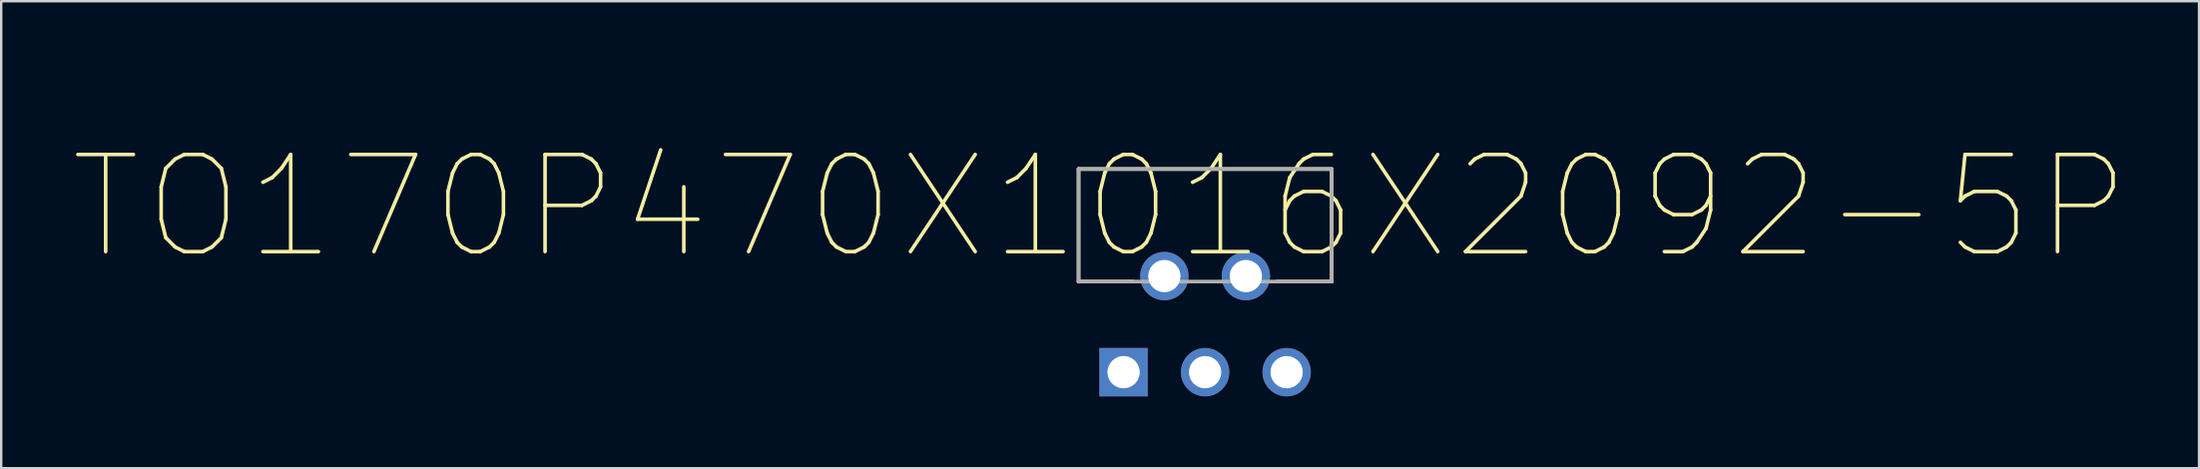
<source format=kicad_pcb>
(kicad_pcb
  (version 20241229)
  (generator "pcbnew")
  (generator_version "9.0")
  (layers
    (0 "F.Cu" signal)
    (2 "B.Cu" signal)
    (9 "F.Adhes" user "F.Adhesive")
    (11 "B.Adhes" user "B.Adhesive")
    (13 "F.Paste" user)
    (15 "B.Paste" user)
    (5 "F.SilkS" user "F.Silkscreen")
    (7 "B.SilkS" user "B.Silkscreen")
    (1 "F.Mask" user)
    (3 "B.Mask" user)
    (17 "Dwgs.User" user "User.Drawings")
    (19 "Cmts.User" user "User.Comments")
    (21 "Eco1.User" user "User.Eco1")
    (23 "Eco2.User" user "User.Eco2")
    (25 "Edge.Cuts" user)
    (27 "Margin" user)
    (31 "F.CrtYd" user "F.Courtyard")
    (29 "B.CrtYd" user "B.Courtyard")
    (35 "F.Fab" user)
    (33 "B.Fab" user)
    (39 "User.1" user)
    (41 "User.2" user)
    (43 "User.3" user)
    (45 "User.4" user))
  (footprint "TO170P470X1016X2092-5P"
    (layer "F.Cu")
    (at 50.665 0.25)
    (property "Reference" "TO170P470X1016X2092-5P" (at -7.788 5.338 0) (layer "F.SilkS") (effects (font (size 4.055 4.055) (thickness 0.15))))
    (attr through_hole)
    (fp_line (start -8.687 3.759) (end -8.687 8.458) (stroke (width 0.152) (type solid)) (layer "F.SilkS"))
    (fp_line (start -8.687 8.458) (end -6.401 8.458) (stroke (width 0.152) (type solid)) (layer "F.SilkS"))
    (fp_line (start -0.406 8.458) (end 1.88 8.458) (stroke (width 0.152) (type solid)) (layer "F.SilkS"))
    (fp_line (start 1.88 3.759) (end -8.687 3.759) (stroke (width 0.152) (type solid)) (layer "F.SilkS"))
    (fp_line (start 1.88 8.458) (end 1.88 3.759) (stroke (width 0.152) (type solid)) (layer "F.SilkS"))
    (fp_line (start -8.687 3.759) (end -8.687 8.458) (stroke (width 0.152) (type solid)) (layer "F.Fab"))
    (fp_line (start -8.687 8.458) (end 1.88 8.458) (stroke (width 0.152) (type solid)) (layer "F.Fab"))
    (fp_line (start 1.88 3.759) (end -8.687 3.759) (stroke (width 0.152) (type solid)) (layer "F.Fab"))
    (fp_line (start 1.88 8.458) (end 1.88 3.759) (stroke (width 0.152) (type solid)) (layer "F.Fab"))
    (pad "1" thru_hole rect (at -6.807 12.243) (size 2.019 2.019) (drill 1.346) (layers "*.Cu" "*.Mask"))
    (pad "2" thru_hole circle (at -5.105 8.23) (size 2.019 2.019) (drill 1.346) (layers "*.Cu" "*.Mask"))
    (pad "3" thru_hole circle (at -3.404 12.243) (size 2.019 2.019) (drill 1.346) (layers "*.Cu" "*.Mask"))
    (pad "4" thru_hole circle (at -1.702 8.23) (size 2.019 2.019) (drill 1.346) (layers "*.Cu" "*.Mask"))
    (pad "5" thru_hole circle (at 0 12.243) (size 2.019 2.019) (drill 1.346) (layers "*.Cu" "*.Mask")))
  (gr_rect
    (start -3 -3)
    (end 88.755 16.502)
    (stroke (width 0.1) (type default))
    (fill no)
    (layer "Edge.Cuts")))
</source>
